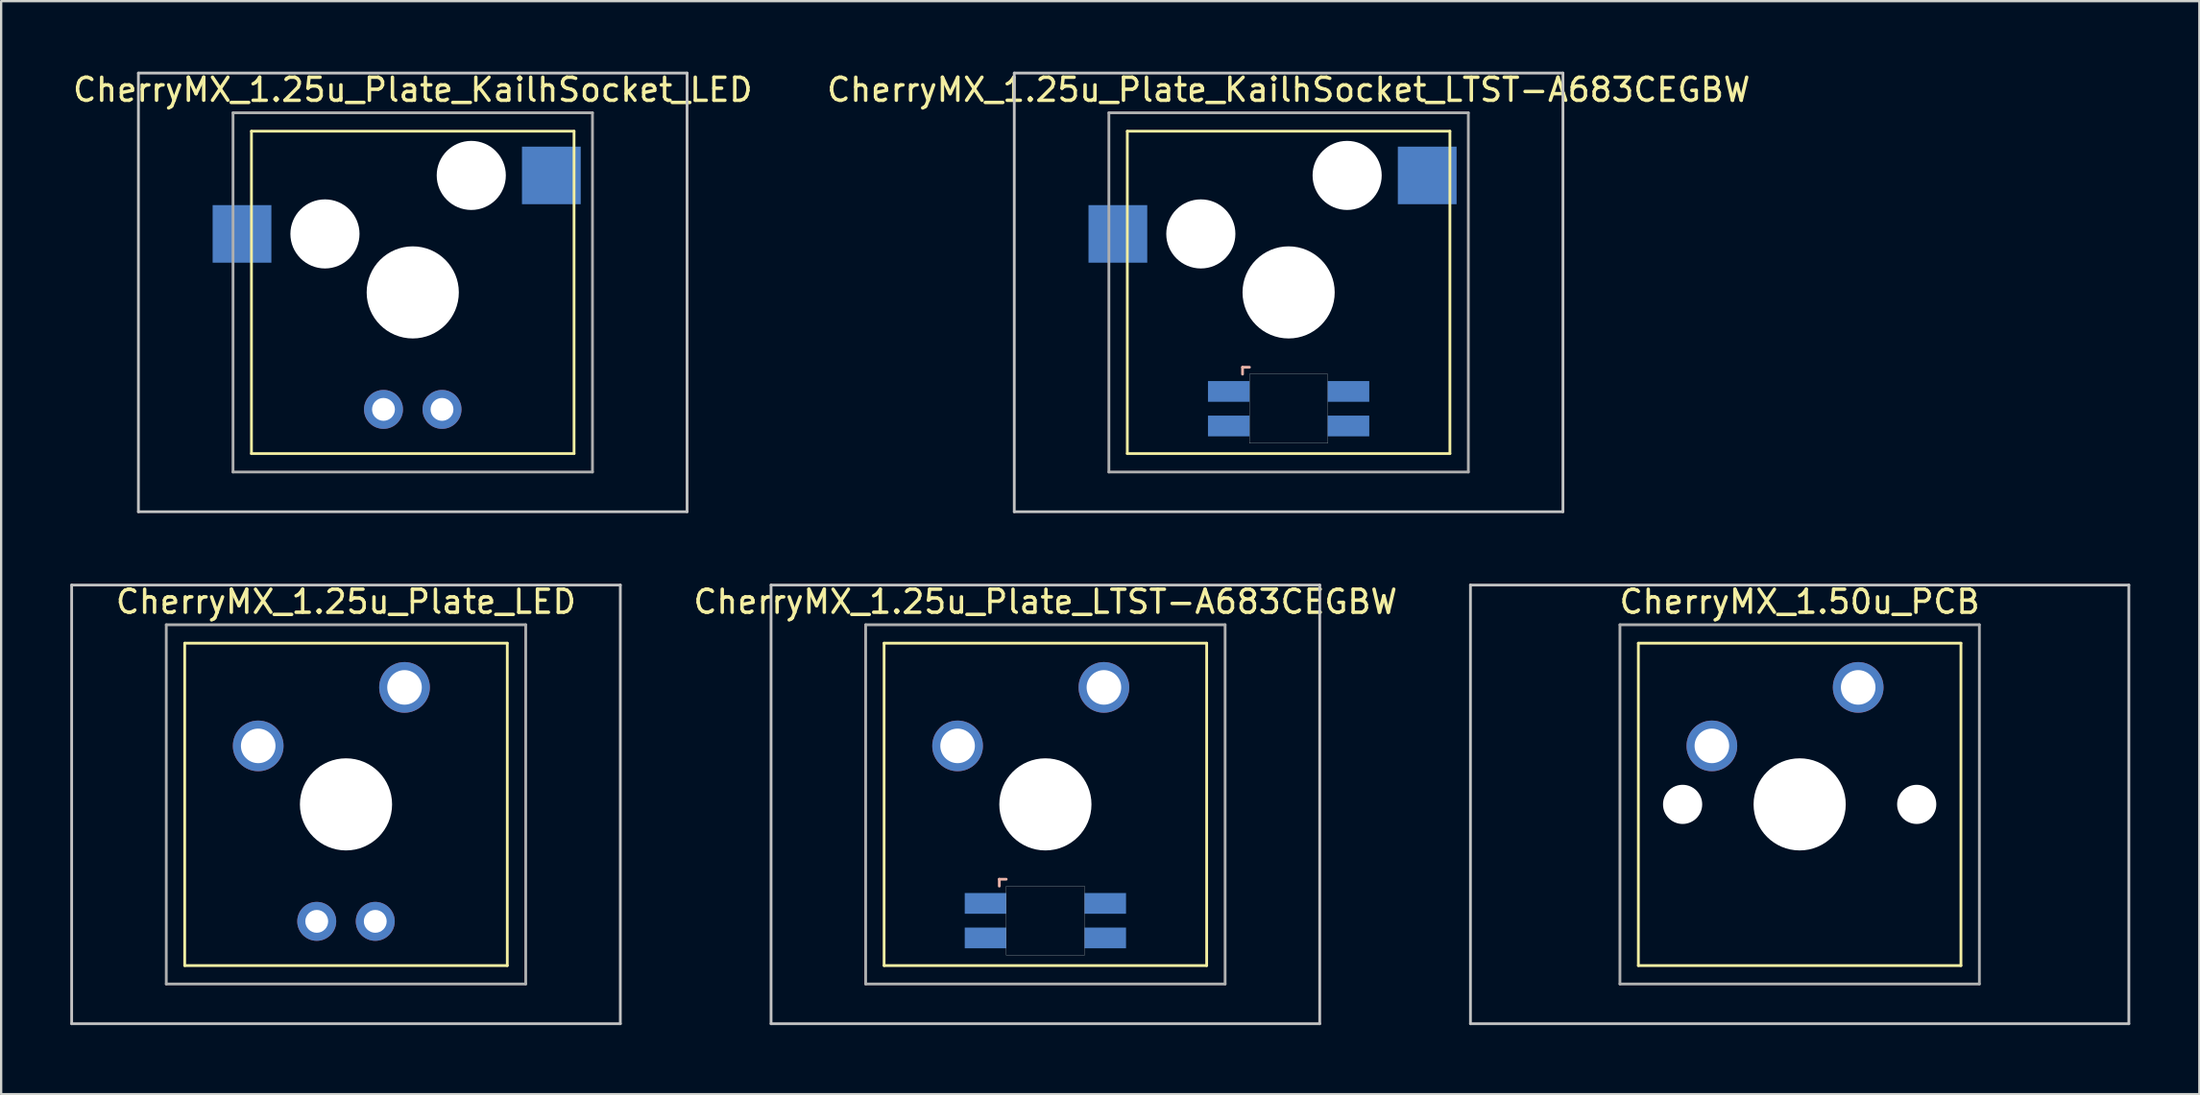
<source format=kicad_pcb>
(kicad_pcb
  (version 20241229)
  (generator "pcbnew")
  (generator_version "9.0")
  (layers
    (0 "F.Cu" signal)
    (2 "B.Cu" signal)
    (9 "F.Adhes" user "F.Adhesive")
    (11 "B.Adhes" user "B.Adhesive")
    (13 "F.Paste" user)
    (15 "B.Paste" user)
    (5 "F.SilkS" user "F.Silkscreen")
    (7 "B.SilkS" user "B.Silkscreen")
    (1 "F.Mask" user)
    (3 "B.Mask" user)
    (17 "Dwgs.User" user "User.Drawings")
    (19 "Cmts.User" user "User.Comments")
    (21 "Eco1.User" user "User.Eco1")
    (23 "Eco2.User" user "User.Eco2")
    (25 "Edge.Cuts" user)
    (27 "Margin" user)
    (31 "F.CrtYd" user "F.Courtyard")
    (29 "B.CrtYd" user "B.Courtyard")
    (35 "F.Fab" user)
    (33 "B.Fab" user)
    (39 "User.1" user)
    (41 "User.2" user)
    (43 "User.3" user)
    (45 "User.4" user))
  (footprint "CherryMX_1.25u_Plate_KailhSocket_LED"
    (layer "F.Cu")
    (at 14.863 9.648)
    (property "Reference" "CherryMX_1.25u_Plate_KailhSocket_LED" (at 0 -8.8 0) (layer "F.SilkS") (effects (font (size 1 1) (thickness 0.15))))
    (attr through_hole)
    (fp_line (start -7 -7) (end -7 7) (stroke (width 0.12) (type solid)) (layer "F.SilkS"))
    (fp_line (start -7 -7) (end 7 -7) (stroke (width 0.12) (type solid)) (layer "F.SilkS"))
    (fp_line (start 7 -7) (end 7 7) (stroke (width 0.12) (type solid)) (layer "F.SilkS"))
    (fp_line (start 7 7) (end -7 7) (stroke (width 0.12) (type solid)) (layer "F.SilkS"))
    (fp_line (start -11.906 -9.525) (end 11.906 -9.525) (stroke (width 0.12) (type solid)) (layer "Dwgs.User"))
    (fp_line (start -11.906 9.525) (end -11.906 -9.525) (stroke (width 0.12) (type solid)) (layer "Dwgs.User"))
    (fp_line (start 11.906 -9.525) (end 11.906 9.525) (stroke (width 0.12) (type solid)) (layer "Dwgs.User"))
    (fp_line (start 11.906 9.525) (end -11.906 9.525) (stroke (width 0.12) (type solid)) (layer "Dwgs.User"))
    (fp_line (start -7.8 -7.8) (end -7.8 7.8) (stroke (width 0.12) (type solid)) (layer "F.Fab"))
    (fp_line (start -7.8 -7.8) (end 7.8 -7.8) (stroke (width 0.12) (type solid)) (layer "F.Fab"))
    (fp_line (start -7.8 7.8) (end 7.8 7.8) (stroke (width 0.12) (type solid)) (layer "F.Fab"))
    (fp_line (start 7.8 -7.8) (end 7.8 7.8) (stroke (width 0.12) (type solid)) (layer "F.Fab"))
    (pad "" np_thru_hole circle (at -3.81 -2.54) (size 3 3) (drill 3) (layers "*.Cu" "*.Mask"))
    (pad "" np_thru_hole circle (at 0 0) (size 4 4) (drill 4) (layers "*.Cu" "*.Mask"))
    (pad "" np_thru_hole circle (at 2.54 -5.08) (size 3 3) (drill 3) (layers "*.Cu" "*.Mask"))
    (pad "1" smd rect (at -7.41 -2.54) (size 2.55 2.5) (layers "B.Cu" "B.Mask" "B.Paste"))
    (pad "2" smd rect (at 6.015 -5.08) (size 2.55 2.5) (layers "B.Cu" "B.Mask" "B.Paste"))
    (pad "3" thru_hole circle (at -1.27 5.08) (size 1.691 1.691) (drill 0.991) (layers "*.Cu" "*.Mask"))
    (pad "4" thru_hole circle (at 1.27 5.08) (size 1.691 1.691) (drill 0.991) (layers "*.Cu" "*.Mask")))
  (footprint "CherryMX_1.50u_PCB"
    (layer "F.Cu")
    (at 75.054 31.881)
    (property "Reference" "CherryMX_1.50u_PCB" (at 0 -8.8 0) (layer "F.SilkS") (effects (font (size 1 1) (thickness 0.15))))
    (attr through_hole)
    (fp_line (start -7 -7) (end -7 7) (stroke (width 0.12) (type solid)) (layer "F.SilkS"))
    (fp_line (start -7 -7) (end 7 -7) (stroke (width 0.12) (type solid)) (layer "F.SilkS"))
    (fp_line (start 7 -7) (end 7 7) (stroke (width 0.12) (type solid)) (layer "F.SilkS"))
    (fp_line (start 7 7) (end -7 7) (stroke (width 0.12) (type solid)) (layer "F.SilkS"))
    (fp_line (start -14.287 -9.525) (end 14.287 -9.525) (stroke (width 0.12) (type solid)) (layer "Dwgs.User"))
    (fp_line (start -14.287 9.525) (end -14.287 -9.525) (stroke (width 0.12) (type solid)) (layer "Dwgs.User"))
    (fp_line (start 14.287 -9.525) (end 14.287 9.525) (stroke (width 0.12) (type solid)) (layer "Dwgs.User"))
    (fp_line (start 14.287 9.525) (end -14.287 9.525) (stroke (width 0.12) (type solid)) (layer "Dwgs.User"))
    (fp_line (start -7.8 -7.8) (end -7.8 7.8) (stroke (width 0.12) (type solid)) (layer "F.Fab"))
    (fp_line (start -7.8 -7.8) (end 7.8 -7.8) (stroke (width 0.12) (type solid)) (layer "F.Fab"))
    (fp_line (start -7.8 7.8) (end 7.8 7.8) (stroke (width 0.12) (type solid)) (layer "F.Fab"))
    (fp_line (start 7.8 -7.8) (end 7.8 7.8) (stroke (width 0.12) (type solid)) (layer "F.Fab"))
    (pad "" np_thru_hole circle (at -5.08 0) (size 1.7 1.7) (drill 1.7) (layers "*.Cu" "*.Mask"))
    (pad "" np_thru_hole circle (at 0 0) (size 4 4) (drill 4) (layers "*.Cu" "*.Mask"))
    (pad "" np_thru_hole circle (at 5.08 0) (size 1.7 1.7) (drill 1.7) (layers "*.Cu" "*.Mask"))
    (pad "1" thru_hole circle (at -3.81 -2.54) (size 2.2 2.2) (drill 1.5) (layers "*.Cu" "*.Mask"))
    (pad "2" thru_hole circle (at 2.54 -5.08) (size 2.2 2.2) (drill 1.5) (layers "*.Cu" "*.Mask")))
  (footprint "CherryMX_1.25u_Plate_KailhSocket_LTST-A683CEGBW"
    (layer "F.Cu")
    (at 52.875 9.648)
    (property "Reference" "CherryMX_1.25u_Plate_KailhSocket_LTST-A683CEGBW" (at 0 -8.8 0) (layer "F.SilkS") (effects (font (size 1 1) (thickness 0.15))))
    (attr through_hole)
    (fp_line (start -7 -7) (end -7 7) (stroke (width 0.12) (type solid)) (layer "F.SilkS"))
    (fp_line (start -7 -7) (end 7 -7) (stroke (width 0.12) (type solid)) (layer "F.SilkS"))
    (fp_line (start 7 -7) (end 7 7) (stroke (width 0.12) (type solid)) (layer "F.SilkS"))
    (fp_line (start 7 7) (end -7 7) (stroke (width 0.12) (type solid)) (layer "F.SilkS"))
    (fp_line (start -2 3.25) (end -2 3.55) (stroke (width 0.12) (type solid)) (layer "B.SilkS"))
    (fp_line (start -1.7 3.25) (end -2 3.25) (stroke (width 0.12) (type solid)) (layer "B.SilkS"))
    (fp_line (start -11.906 -9.525) (end 11.906 -9.525) (stroke (width 0.12) (type solid)) (layer "Dwgs.User"))
    (fp_line (start -11.906 9.525) (end -11.906 -9.525) (stroke (width 0.12) (type solid)) (layer "Dwgs.User"))
    (fp_line (start 11.906 -9.525) (end 11.906 9.525) (stroke (width 0.12) (type solid)) (layer "Dwgs.User"))
    (fp_line (start 11.906 9.525) (end -11.906 9.525) (stroke (width 0.12) (type solid)) (layer "Dwgs.User"))
    (fp_poly (pts (xy 1.7 6.55) (xy -1.7 6.55) (xy -1.7 3.55) (xy 1.7 3.55)) (stroke (width 0.01) (type solid)) (fill no) (layer "Edge.Cuts"))
    (fp_line (start -7.8 -7.8) (end -7.8 7.8) (stroke (width 0.12) (type solid)) (layer "F.Fab"))
    (fp_line (start -7.8 -7.8) (end 7.8 -7.8) (stroke (width 0.12) (type solid)) (layer "F.Fab"))
    (fp_line (start -7.8 7.8) (end 7.8 7.8) (stroke (width 0.12) (type solid)) (layer "F.Fab"))
    (fp_line (start 7.8 -7.8) (end 7.8 7.8) (stroke (width 0.12) (type solid)) (layer "F.Fab"))
    (pad "" np_thru_hole circle (at -3.81 -2.54) (size 3 3) (drill 3) (layers "*.Cu" "*.Mask"))
    (pad "" np_thru_hole circle (at 0 0) (size 4 4) (drill 4) (layers "*.Cu" "*.Mask"))
    (pad "" np_thru_hole circle (at 2.54 -5.08) (size 3 3) (drill 3) (layers "*.Cu" "*.Mask"))
    (pad "1" smd rect (at -7.41 -2.54) (size 2.55 2.5) (layers "B.Cu" "B.Mask" "B.Paste"))
    (pad "2" smd rect (at 6.015 -5.08) (size 2.55 2.5) (layers "B.Cu" "B.Mask" "B.Paste"))
    (pad "3" smd rect (at -2.6 4.3) (size 1.8 0.9) (layers "B.Cu" "B.Mask" "B.Paste"))
    (pad "4" smd rect (at -2.6 5.8) (size 1.8 0.9) (layers "B.Cu" "B.Mask" "B.Paste"))
    (pad "5" smd rect (at 2.6 4.3) (size 1.8 0.9) (layers "B.Cu" "B.Mask" "B.Paste"))
    (pad "6" smd rect (at 2.6 5.8) (size 1.8 0.9) (layers "B.Cu" "B.Mask" "B.Paste")))
  (footprint "CherryMX_1.25u_Plate_LTST-A683CEGBW"
    (layer "F.Cu")
    (at 42.319 31.881)
    (property "Reference" "CherryMX_1.25u_Plate_LTST-A683CEGBW" (at 0 -8.8 0) (layer "F.SilkS") (effects (font (size 1 1) (thickness 0.15))))
    (attr through_hole)
    (fp_line (start -7 -7) (end -7 7) (stroke (width 0.12) (type solid)) (layer "F.SilkS"))
    (fp_line (start -7 -7) (end 7 -7) (stroke (width 0.12) (type solid)) (layer "F.SilkS"))
    (fp_line (start 7 -7) (end 7 7) (stroke (width 0.12) (type solid)) (layer "F.SilkS"))
    (fp_line (start 7 7) (end -7 7) (stroke (width 0.12) (type solid)) (layer "F.SilkS"))
    (fp_line (start -2 3.25) (end -2 3.55) (stroke (width 0.12) (type solid)) (layer "B.SilkS"))
    (fp_line (start -1.7 3.25) (end -2 3.25) (stroke (width 0.12) (type solid)) (layer "B.SilkS"))
    (fp_line (start -11.906 -9.525) (end 11.906 -9.525) (stroke (width 0.12) (type solid)) (layer "Dwgs.User"))
    (fp_line (start -11.906 9.525) (end -11.906 -9.525) (stroke (width 0.12) (type solid)) (layer "Dwgs.User"))
    (fp_line (start 11.906 -9.525) (end 11.906 9.525) (stroke (width 0.12) (type solid)) (layer "Dwgs.User"))
    (fp_line (start 11.906 9.525) (end -11.906 9.525) (stroke (width 0.12) (type solid)) (layer "Dwgs.User"))
    (fp_poly (pts (xy 1.7 6.55) (xy -1.7 6.55) (xy -1.7 3.55) (xy 1.7 3.55)) (stroke (width 0.01) (type solid)) (fill no) (layer "Edge.Cuts"))
    (fp_line (start -7.8 -7.8) (end -7.8 7.8) (stroke (width 0.12) (type solid)) (layer "F.Fab"))
    (fp_line (start -7.8 -7.8) (end 7.8 -7.8) (stroke (width 0.12) (type solid)) (layer "F.Fab"))
    (fp_line (start -7.8 7.8) (end 7.8 7.8) (stroke (width 0.12) (type solid)) (layer "F.Fab"))
    (fp_line (start 7.8 -7.8) (end 7.8 7.8) (stroke (width 0.12) (type solid)) (layer "F.Fab"))
    (pad "" np_thru_hole circle (at 0 0) (size 4 4) (drill 4) (layers "*.Cu" "*.Mask"))
    (pad "1" thru_hole circle (at -3.81 -2.54) (size 2.2 2.2) (drill 1.5) (layers "*.Cu" "*.Mask"))
    (pad "2" thru_hole circle (at 2.54 -5.08) (size 2.2 2.2) (drill 1.5) (layers "*.Cu" "*.Mask"))
    (pad "3" smd rect (at -2.6 4.3) (size 1.8 0.9) (layers "B.Cu" "B.Mask" "B.Paste"))
    (pad "4" smd rect (at -2.6 5.8) (size 1.8 0.9) (layers "B.Cu" "B.Mask" "B.Paste"))
    (pad "5" smd rect (at 2.6 4.3) (size 1.8 0.9) (layers "B.Cu" "B.Mask" "B.Paste"))
    (pad "6" smd rect (at 2.6 5.8) (size 1.8 0.9) (layers "B.Cu" "B.Mask" "B.Paste")))
  (footprint "CherryMX_1.25u_Plate_LED"
    (layer "F.Cu")
    (at 11.966 31.881)
    (property "Reference" "CherryMX_1.25u_Plate_LED" (at 0 -8.8 0) (layer "F.SilkS") (effects (font (size 1 1) (thickness 0.15))))
    (attr through_hole)
    (fp_line (start -7 -7) (end -7 7) (stroke (width 0.12) (type solid)) (layer "F.SilkS"))
    (fp_line (start -7 -7) (end 7 -7) (stroke (width 0.12) (type solid)) (layer "F.SilkS"))
    (fp_line (start 7 -7) (end 7 7) (stroke (width 0.12) (type solid)) (layer "F.SilkS"))
    (fp_line (start 7 7) (end -7 7) (stroke (width 0.12) (type solid)) (layer "F.SilkS"))
    (fp_line (start -11.906 -9.525) (end 11.906 -9.525) (stroke (width 0.12) (type solid)) (layer "Dwgs.User"))
    (fp_line (start -11.906 9.525) (end -11.906 -9.525) (stroke (width 0.12) (type solid)) (layer "Dwgs.User"))
    (fp_line (start 11.906 -9.525) (end 11.906 9.525) (stroke (width 0.12) (type solid)) (layer "Dwgs.User"))
    (fp_line (start 11.906 9.525) (end -11.906 9.525) (stroke (width 0.12) (type solid)) (layer "Dwgs.User"))
    (fp_line (start -7.8 -7.8) (end -7.8 7.8) (stroke (width 0.12) (type solid)) (layer "F.Fab"))
    (fp_line (start -7.8 -7.8) (end 7.8 -7.8) (stroke (width 0.12) (type solid)) (layer "F.Fab"))
    (fp_line (start -7.8 7.8) (end 7.8 7.8) (stroke (width 0.12) (type solid)) (layer "F.Fab"))
    (fp_line (start 7.8 -7.8) (end 7.8 7.8) (stroke (width 0.12) (type solid)) (layer "F.Fab"))
    (pad "" np_thru_hole circle (at 0 0) (size 4 4) (drill 4) (layers "*.Cu" "*.Mask"))
    (pad "1" thru_hole circle (at -3.81 -2.54) (size 2.2 2.2) (drill 1.5) (layers "*.Cu" "*.Mask"))
    (pad "2" thru_hole circle (at 2.54 -5.08) (size 2.2 2.2) (drill 1.5) (layers "*.Cu" "*.Mask"))
    (pad "3" thru_hole circle (at -1.27 5.08) (size 1.691 1.691) (drill 0.991) (layers "*.Cu" "*.Mask"))
    (pad "4" thru_hole circle (at 1.27 5.08) (size 1.691 1.691) (drill 0.991) (layers "*.Cu" "*.Mask")))
  (gr_rect
    (start -3 -3)
    (end 92.401 44.467)
    (stroke (width 0.1) (type default))
    (fill no)
    (layer "Edge.Cuts")))
</source>
